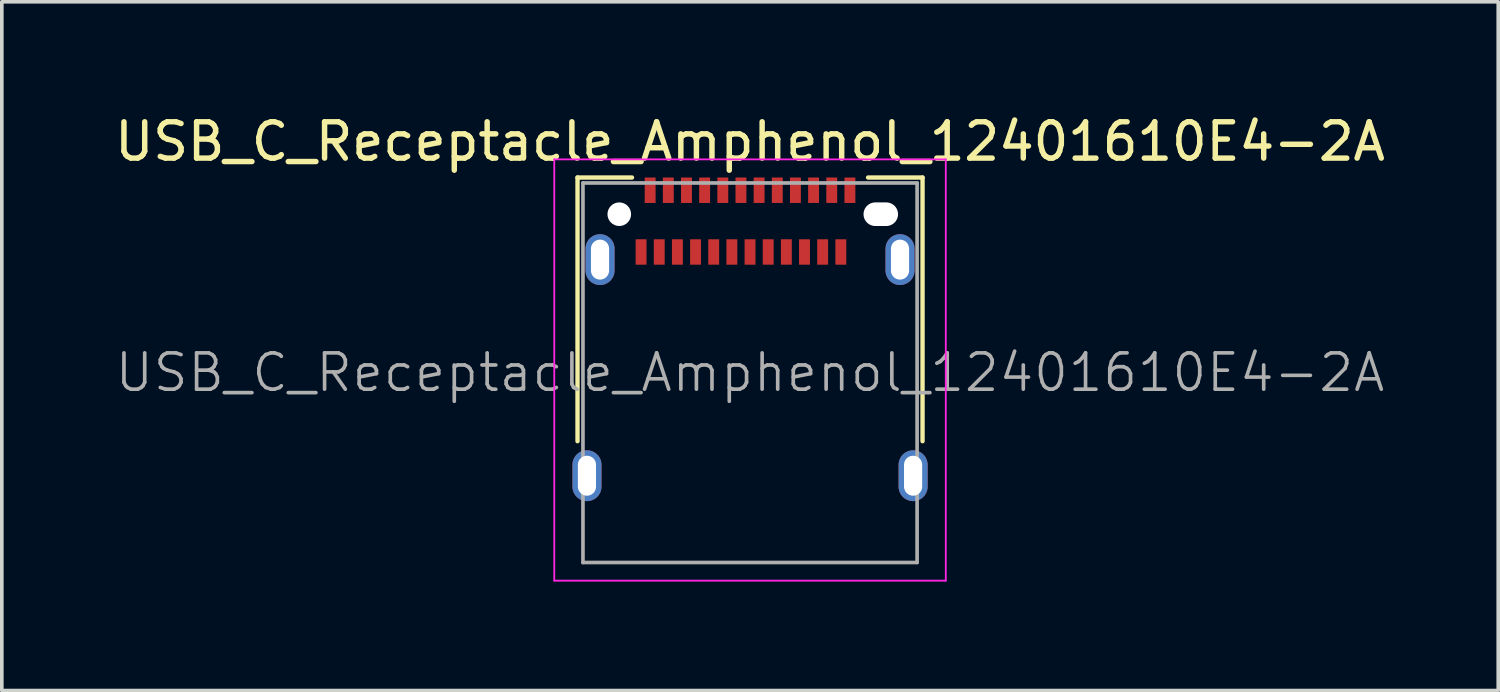
<source format=kicad_pcb>
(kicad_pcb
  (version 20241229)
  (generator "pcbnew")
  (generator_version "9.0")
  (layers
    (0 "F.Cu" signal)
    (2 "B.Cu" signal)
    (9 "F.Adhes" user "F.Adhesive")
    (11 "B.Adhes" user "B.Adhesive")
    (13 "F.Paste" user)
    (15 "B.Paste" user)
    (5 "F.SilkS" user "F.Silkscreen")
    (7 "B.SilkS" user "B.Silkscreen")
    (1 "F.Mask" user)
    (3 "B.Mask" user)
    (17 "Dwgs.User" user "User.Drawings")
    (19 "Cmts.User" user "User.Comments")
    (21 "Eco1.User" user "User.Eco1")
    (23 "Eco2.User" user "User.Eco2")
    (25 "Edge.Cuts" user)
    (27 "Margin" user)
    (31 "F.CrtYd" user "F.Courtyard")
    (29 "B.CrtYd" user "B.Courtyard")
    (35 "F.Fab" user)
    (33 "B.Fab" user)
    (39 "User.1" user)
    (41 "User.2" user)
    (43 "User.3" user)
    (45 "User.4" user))
  (footprint "USB_C_Receptacle_Amphenol_12401610E4-2A"
    (layer "F.Cu")
    (at 17.601 7.208)
    (property "Reference" "USB_C_Receptacle_Amphenol_12401610E4-2A" (at 0 -6.36 0) (layer "F.SilkS") (effects (font (size 1 1) (thickness 0.15))))
    (attr smd)
    (fp_line (start -4.75 -5.37) (end -4.75 1.89) (stroke (width 0.12) (type solid)) (layer "F.SilkS"))
    (fp_line (start -4.75 -5.37) (end -3.25 -5.37) (stroke (width 0.12) (type solid)) (layer "F.SilkS"))
    (fp_line (start 3.25 -5.37) (end 4.75 -5.37) (stroke (width 0.12) (type solid)) (layer "F.SilkS"))
    (fp_line (start 4.75 -5.37) (end 4.75 1.89) (stroke (width 0.12) (type solid)) (layer "F.SilkS"))
    (fp_line (start -5.39 -5.87) (end 5.39 -5.87) (stroke (width 0.05) (type solid)) (layer "F.CrtYd"))
    (fp_line (start -5.39 5.73) (end -5.39 -5.87) (stroke (width 0.05) (type solid)) (layer "F.CrtYd"))
    (fp_line (start 5.39 -5.87) (end 5.39 5.73) (stroke (width 0.05) (type solid)) (layer "F.CrtYd"))
    (fp_line (start 5.39 5.73) (end -5.39 5.73) (stroke (width 0.05) (type solid)) (layer "F.CrtYd"))
    (fp_line (start -4.6 -5.22) (end 4.6 -5.22) (stroke (width 0.1) (type solid)) (layer "F.Fab"))
    (fp_line (start -4.6 5.23) (end -4.6 -5.22) (stroke (width 0.1) (type solid)) (layer "F.Fab"))
    (fp_line (start -4.6 5.23) (end 4.6 5.23) (stroke (width 0.1) (type solid)) (layer "F.Fab"))
    (fp_line (start 4.6 5.23) (end 4.6 -5.22) (stroke (width 0.1) (type solid)) (layer "F.Fab"))
    (fp_text user "${REFERENCE}" (at 0 0 0) (layer "F.Fab") (effects (font (size 1 1) (thickness 0.1))))
    (pad "" np_thru_hole circle (at -3.6 -4.36) (size 0.65 0.65) (drill 0.65) (layers "*.Cu" "*.Mask"))
    (pad "" np_thru_hole oval (at 3.6 -4.36) (size 0.95 0.65) (drill oval 0.95 0.65) (layers "*.Cu" "*.Mask"))
    (pad "A1" smd rect (at -2.75 -5.02) (size 0.3 0.7) (layers "F.Cu" "F.Mask" "F.Paste"))
    (pad "A2" smd rect (at -2.25 -5.02) (size 0.3 0.7) (layers "F.Cu" "F.Mask" "F.Paste"))
    (pad "A3" smd rect (at -1.75 -5.02) (size 0.3 0.7) (layers "F.Cu" "F.Mask" "F.Paste"))
    (pad "A4" smd rect (at -1.25 -5.02) (size 0.3 0.7) (layers "F.Cu" "F.Mask" "F.Paste"))
    (pad "A5" smd rect (at -0.75 -5.02) (size 0.3 0.7) (layers "F.Cu" "F.Mask" "F.Paste"))
    (pad "A6" smd rect (at -0.25 -5.02) (size 0.3 0.7) (layers "F.Cu" "F.Mask" "F.Paste"))
    (pad "A7" smd rect (at 0.25 -5.02) (size 0.3 0.7) (layers "F.Cu" "F.Mask" "F.Paste"))
    (pad "A8" smd rect (at 0.75 -5.02) (size 0.3 0.7) (layers "F.Cu" "F.Mask" "F.Paste"))
    (pad "A9" smd rect (at 1.25 -5.02) (size 0.3 0.7) (layers "F.Cu" "F.Mask" "F.Paste"))
    (pad "A10" smd rect (at 1.75 -5.02) (size 0.3 0.7) (layers "F.Cu" "F.Mask" "F.Paste"))
    (pad "A11" smd rect (at 2.25 -5.02) (size 0.3 0.7) (layers "F.Cu" "F.Mask" "F.Paste"))
    (pad "A12" smd rect (at 2.75 -5.02) (size 0.3 0.7) (layers "F.Cu" "F.Mask" "F.Paste"))
    (pad "B1" smd rect (at 2.5 -3.32) (size 0.3 0.7) (layers "F.Cu" "F.Mask" "F.Paste"))
    (pad "B2" smd rect (at 2 -3.32) (size 0.3 0.7) (layers "F.Cu" "F.Mask" "F.Paste"))
    (pad "B3" smd rect (at 1.5 -3.32) (size 0.3 0.7) (layers "F.Cu" "F.Mask" "F.Paste"))
    (pad "B4" smd rect (at 1 -3.32) (size 0.3 0.7) (layers "F.Cu" "F.Mask" "F.Paste"))
    (pad "B5" smd rect (at 0.5 -3.32) (size 0.3 0.7) (layers "F.Cu" "F.Mask" "F.Paste"))
    (pad "B6" smd rect (at 0 -3.32) (size 0.3 0.7) (layers "F.Cu" "F.Mask" "F.Paste"))
    (pad "B7" smd rect (at -0.5 -3.32) (size 0.3 0.7) (layers "F.Cu" "F.Mask" "F.Paste"))
    (pad "B8" smd rect (at -1 -3.32) (size 0.3 0.7) (layers "F.Cu" "F.Mask" "F.Paste"))
    (pad "B9" smd rect (at -1.5 -3.32) (size 0.3 0.7) (layers "F.Cu" "F.Mask" "F.Paste"))
    (pad "B10" smd rect (at -2 -3.32) (size 0.3 0.7) (layers "F.Cu" "F.Mask" "F.Paste"))
    (pad "B11" smd rect (at -2.5 -3.32) (size 0.3 0.7) (layers "F.Cu" "F.Mask" "F.Paste"))
    (pad "B12" smd rect (at -3 -3.32) (size 0.3 0.7) (layers "F.Cu" "F.Mask" "F.Paste"))
    (pad "S1" thru_hole oval (at -4.49 2.84) (size 0.8 1.4) (drill oval 0.5 1.1) (layers "*.Cu" "*.Mask"))
    (pad "S1" thru_hole oval (at -4.13 -3.11) (size 0.8 1.4) (drill oval 0.5 1.1) (layers "*.Cu" "*.Mask"))
    (pad "S1" thru_hole oval (at 4.13 -3.11) (size 0.8 1.4) (drill oval 0.5 1.1) (layers "*.Cu" "*.Mask"))
    (pad "S1" thru_hole oval (at 4.49 2.84) (size 0.8 1.4) (drill oval 0.5 1.1) (layers "*.Cu" "*.Mask")))
  (gr_rect
    (start -3 -3)
    (end 38.202 15.963)
    (stroke (width 0.1) (type default))
    (fill no)
    (layer "Edge.Cuts")))
</source>
